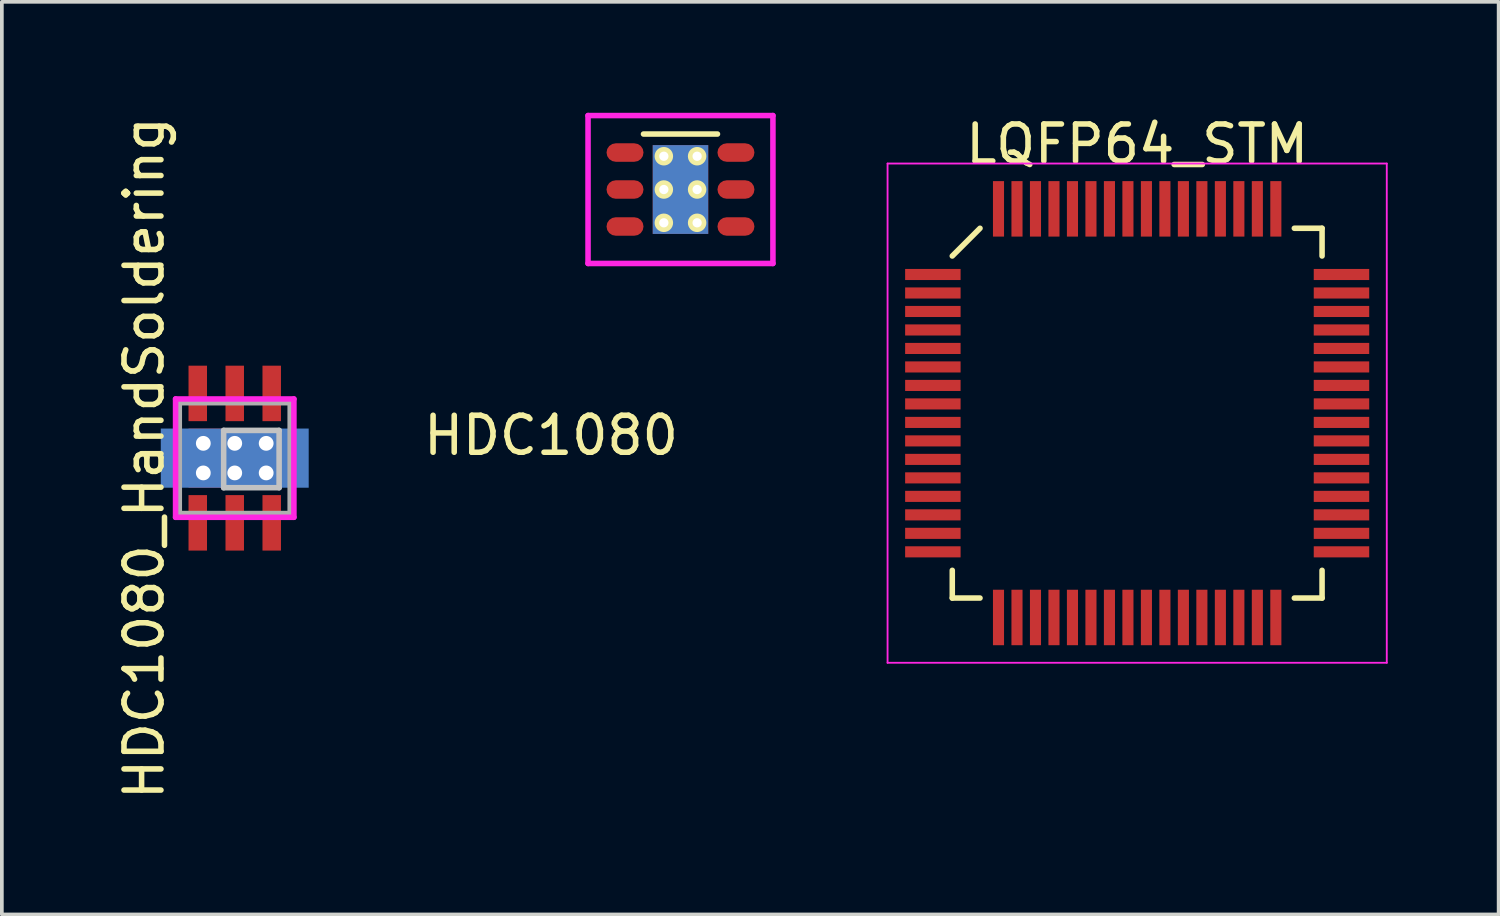
<source format=kicad_pcb>
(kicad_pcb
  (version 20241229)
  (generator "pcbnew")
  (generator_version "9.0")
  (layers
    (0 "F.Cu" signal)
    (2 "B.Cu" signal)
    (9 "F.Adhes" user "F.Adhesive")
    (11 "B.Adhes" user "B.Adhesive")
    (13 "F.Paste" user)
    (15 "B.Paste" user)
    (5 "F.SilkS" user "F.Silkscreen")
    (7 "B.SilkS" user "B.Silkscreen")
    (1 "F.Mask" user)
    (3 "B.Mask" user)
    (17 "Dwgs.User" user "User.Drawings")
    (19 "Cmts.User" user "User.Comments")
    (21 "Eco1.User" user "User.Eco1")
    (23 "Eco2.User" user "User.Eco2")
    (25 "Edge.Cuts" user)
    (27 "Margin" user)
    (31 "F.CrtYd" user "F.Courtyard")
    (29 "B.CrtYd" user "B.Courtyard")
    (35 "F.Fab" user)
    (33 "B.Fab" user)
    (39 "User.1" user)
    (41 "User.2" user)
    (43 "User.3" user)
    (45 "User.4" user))
  (footprint "HDC1080"
    (layer "F.Cu")
    (at 15.352 2.075)
    (property "Reference" "HDC1080" (at -3.5 6.65 0) (layer "F.SilkS") (effects (font (size 1 1) (thickness 0.15))))
    (attr through_hole)
    (fp_line (start -1 -1.5) (end 1 -1.5) (stroke (width 0.15) (type solid)) (layer "F.SilkS"))
    (fp_line (start -2.5 -2) (end 2.5 -2) (stroke (width 0.15) (type solid)) (layer "F.CrtYd"))
    (fp_line (start -2.5 2) (end -2.5 -2) (stroke (width 0.15) (type solid)) (layer "F.CrtYd"))
    (fp_line (start 2.5 -2) (end 2.5 2) (stroke (width 0.15) (type solid)) (layer "F.CrtYd"))
    (fp_line (start 2.5 2) (end -2.5 2) (stroke (width 0.15) (type solid)) (layer "F.CrtYd"))
    (pad "" thru_hole circle (at -0.45 -0.9) (size 0.5 0.5) (drill 0.25) (layers "*.Cu" "*.Mask" "F.SilkS"))
    (pad "" thru_hole circle (at -0.45 0) (size 0.5 0.5) (drill 0.25) (layers "*.Cu" "*.Mask" "F.SilkS"))
    (pad "" thru_hole circle (at -0.45 0.9) (size 0.5 0.5) (drill 0.25) (layers "*.Cu" "*.Mask" "F.SilkS"))
    (pad "" smd trapezoid (at 0 0) (size 1.5 2.4) (layers "F.Cu" "F.Mask" "F.Paste"))
    (pad "" smd trapezoid (at 0 0) (size 1.5 2.4) (layers "B.Cu" "B.Mask"))
    (pad "" thru_hole circle (at 0.45 -0.9) (size 0.5 0.5) (drill 0.25) (layers "*.Cu" "*.Mask" "F.SilkS"))
    (pad "" thru_hole circle (at 0.45 0) (size 0.5 0.5) (drill 0.25) (layers "*.Cu" "*.Mask" "F.SilkS"))
    (pad "" thru_hole circle (at 0.45 0.9) (size 0.5 0.5) (drill 0.25) (layers "*.Cu" "*.Mask" "F.SilkS"))
    (pad "1" smd roundrect (at -1.5 -1) (size 1 0.5) (layers "F.Cu" "F.Mask" "F.Paste") (roundrect_rratio 0.5))
    (pad "1" smd roundrect (at -1.5 1) (size 1 0.5) (layers "F.Cu" "F.Mask" "F.Paste") (roundrect_rratio 0.5))
    (pad "2" smd roundrect (at -1.5 0) (size 1 0.5) (layers "F.Cu" "F.Mask" "F.Paste") (roundrect_rratio 0.5))
    (pad "4" smd roundrect (at 1.5 1) (size 1 0.5) (layers "F.Cu" "F.Mask" "F.Paste") (roundrect_rratio 0.5))
    (pad "5" smd roundrect (at 1.5 0) (size 1 0.5) (layers "F.Cu" "F.Mask" "F.Paste") (roundrect_rratio 0.5))
    (pad "6" smd roundrect (at 1.5 -1) (size 1 0.5) (layers "F.Cu" "F.Mask" "F.Paste") (roundrect_rratio 0.5)))
  (footprint "LQFP64_STM"
    (layer "F.Cu")
    (at 27.702 8.123)
    (property "Reference" "LQFP64_STM" (at 0 -7.275 0) (layer "F.SilkS") (effects (font (size 1 1) (thickness 0.15))))
    (attr smd)
    (fp_line (start -5 -4.25) (end -4.25 -5) (stroke (width 0.15) (type solid)) (layer "F.SilkS"))
    (fp_line (start -5 5) (end -5 4.25) (stroke (width 0.15) (type solid)) (layer "F.SilkS"))
    (fp_line (start -4.25 5) (end -5 5) (stroke (width 0.15) (type solid)) (layer "F.SilkS"))
    (fp_line (start 4.25 -5) (end 5 -5) (stroke (width 0.15) (type solid)) (layer "F.SilkS"))
    (fp_line (start 4.25 5) (end 5 5) (stroke (width 0.15) (type solid)) (layer "F.SilkS"))
    (fp_line (start 5 -5) (end 5 -4.25) (stroke (width 0.15) (type solid)) (layer "F.SilkS"))
    (fp_line (start 5 5) (end 5 4.25) (stroke (width 0.15) (type solid)) (layer "F.SilkS"))
    (fp_line (start -6.75 -6.75) (end 6.75 -6.75) (stroke (width 0.05) (type solid)) (layer "F.CrtYd"))
    (fp_line (start -6.75 6.75) (end -6.75 -6.75) (stroke (width 0.05) (type solid)) (layer "F.CrtYd"))
    (fp_line (start 6.75 -6.75) (end 6.75 6.75) (stroke (width 0.05) (type solid)) (layer "F.CrtYd"))
    (fp_line (start 6.75 6.75) (end -6.75 6.75) (stroke (width 0.05) (type solid)) (layer "F.CrtYd"))
    (pad "1" smd rect (at -5.525 -3.75 90) (size 0.3 1.5) (layers "F.Cu" "F.Mask" "F.Paste"))
    (pad "2" smd rect (at -5.525 -3.25 90) (size 0.3 1.5) (layers "F.Cu" "F.Mask" "F.Paste"))
    (pad "3" smd rect (at -5.525 -2.75 90) (size 0.3 1.5) (layers "F.Cu" "F.Mask" "F.Paste"))
    (pad "4" smd rect (at -5.525 -2.25 90) (size 0.3 1.5) (layers "F.Cu" "F.Mask" "F.Paste"))
    (pad "5" smd rect (at -5.525 -1.75 90) (size 0.3 1.5) (layers "F.Cu" "F.Mask" "F.Paste"))
    (pad "6" smd rect (at -5.525 -1.25 90) (size 0.3 1.5) (layers "F.Cu" "F.Mask" "F.Paste"))
    (pad "7" smd rect (at -5.525 -0.75 90) (size 0.3 1.5) (layers "F.Cu" "F.Mask" "F.Paste"))
    (pad "8" smd rect (at -5.525 -0.25 90) (size 0.3 1.5) (layers "F.Cu" "F.Mask" "F.Paste"))
    (pad "9" smd rect (at -5.525 0.25 90) (size 0.3 1.5) (layers "F.Cu" "F.Mask" "F.Paste"))
    (pad "10" smd rect (at -5.525 0.75 90) (size 0.3 1.5) (layers "F.Cu" "F.Mask" "F.Paste"))
    (pad "11" smd rect (at -5.525 1.25 90) (size 0.3 1.5) (layers "F.Cu" "F.Mask" "F.Paste"))
    (pad "12" smd rect (at -5.525 1.75 90) (size 0.3 1.5) (layers "F.Cu" "F.Mask" "F.Paste"))
    (pad "13" smd rect (at -5.525 2.25 90) (size 0.3 1.5) (layers "F.Cu" "F.Mask" "F.Paste"))
    (pad "14" smd rect (at -5.525 2.75 90) (size 0.3 1.5) (layers "F.Cu" "F.Mask" "F.Paste"))
    (pad "15" smd rect (at -5.525 3.25 90) (size 0.3 1.5) (layers "F.Cu" "F.Mask" "F.Paste"))
    (pad "16" smd rect (at -5.525 3.75 90) (size 0.3 1.5) (layers "F.Cu" "F.Mask" "F.Paste"))
    (pad "17" smd rect (at -3.75 5.525) (size 0.3 1.5) (layers "F.Cu" "F.Mask" "F.Paste"))
    (pad "18" smd rect (at -3.25 5.525) (size 0.3 1.5) (layers "F.Cu" "F.Mask" "F.Paste"))
    (pad "19" smd rect (at -2.75 5.525) (size 0.3 1.5) (layers "F.Cu" "F.Mask" "F.Paste"))
    (pad "20" smd rect (at -2.25 5.525) (size 0.3 1.5) (layers "F.Cu" "F.Mask" "F.Paste"))
    (pad "21" smd rect (at -1.75 5.525) (size 0.3 1.5) (layers "F.Cu" "F.Mask" "F.Paste"))
    (pad "22" smd rect (at -1.25 5.525) (size 0.3 1.5) (layers "F.Cu" "F.Mask" "F.Paste"))
    (pad "23" smd rect (at -0.75 5.525) (size 0.3 1.5) (layers "F.Cu" "F.Mask" "F.Paste"))
    (pad "24" smd rect (at -0.25 5.525) (size 0.3 1.5) (layers "F.Cu" "F.Mask" "F.Paste"))
    (pad "25" smd rect (at 0.25 5.525) (size 0.3 1.5) (layers "F.Cu" "F.Mask" "F.Paste"))
    (pad "26" smd rect (at 0.75 5.525) (size 0.3 1.5) (layers "F.Cu" "F.Mask" "F.Paste"))
    (pad "27" smd rect (at 1.25 5.525) (size 0.3 1.5) (layers "F.Cu" "F.Mask" "F.Paste"))
    (pad "28" smd rect (at 1.75 5.525) (size 0.3 1.5) (layers "F.Cu" "F.Mask" "F.Paste"))
    (pad "29" smd rect (at 2.25 5.525) (size 0.3 1.5) (layers "F.Cu" "F.Mask" "F.Paste"))
    (pad "30" smd rect (at 2.75 5.525) (size 0.3 1.5) (layers "F.Cu" "F.Mask" "F.Paste"))
    (pad "31" smd rect (at 3.25 5.525) (size 0.3 1.5) (layers "F.Cu" "F.Mask" "F.Paste"))
    (pad "32" smd rect (at 3.75 5.525) (size 0.3 1.5) (layers "F.Cu" "F.Mask" "F.Paste"))
    (pad "33" smd rect (at 5.525 3.75 90) (size 0.3 1.5) (layers "F.Cu" "F.Mask" "F.Paste"))
    (pad "34" smd rect (at 5.525 3.25 90) (size 0.3 1.5) (layers "F.Cu" "F.Mask" "F.Paste"))
    (pad "35" smd rect (at 5.525 2.75 90) (size 0.3 1.5) (layers "F.Cu" "F.Mask" "F.Paste"))
    (pad "36" smd rect (at 5.525 2.25 90) (size 0.3 1.5) (layers "F.Cu" "F.Mask" "F.Paste"))
    (pad "37" smd rect (at 5.525 1.75 90) (size 0.3 1.5) (layers "F.Cu" "F.Mask" "F.Paste"))
    (pad "38" smd rect (at 5.525 1.25 90) (size 0.3 1.5) (layers "F.Cu" "F.Mask" "F.Paste"))
    (pad "39" smd rect (at 5.525 0.75 90) (size 0.3 1.5) (layers "F.Cu" "F.Mask" "F.Paste"))
    (pad "40" smd rect (at 5.525 0.25 90) (size 0.3 1.5) (layers "F.Cu" "F.Mask" "F.Paste"))
    (pad "41" smd rect (at 5.525 -0.25 90) (size 0.3 1.5) (layers "F.Cu" "F.Mask" "F.Paste"))
    (pad "42" smd rect (at 5.525 -0.75 90) (size 0.3 1.5) (layers "F.Cu" "F.Mask" "F.Paste"))
    (pad "43" smd rect (at 5.525 -1.25 90) (size 0.3 1.5) (layers "F.Cu" "F.Mask" "F.Paste"))
    (pad "44" smd rect (at 5.525 -1.75 90) (size 0.3 1.5) (layers "F.Cu" "F.Mask" "F.Paste"))
    (pad "45" smd rect (at 5.525 -2.25 90) (size 0.3 1.5) (layers "F.Cu" "F.Mask" "F.Paste"))
    (pad "46" smd rect (at 5.525 -2.75 90) (size 0.3 1.5) (layers "F.Cu" "F.Mask" "F.Paste"))
    (pad "47" smd rect (at 5.525 -3.25 90) (size 0.3 1.5) (layers "F.Cu" "F.Mask" "F.Paste"))
    (pad "48" smd rect (at 5.525 -3.75 90) (size 0.3 1.5) (layers "F.Cu" "F.Mask" "F.Paste"))
    (pad "49" smd rect (at 3.75 -5.525) (size 0.3 1.5) (layers "F.Cu" "F.Mask" "F.Paste"))
    (pad "50" smd rect (at 3.25 -5.525) (size 0.3 1.5) (layers "F.Cu" "F.Mask" "F.Paste"))
    (pad "51" smd rect (at 2.75 -5.525) (size 0.3 1.5) (layers "F.Cu" "F.Mask" "F.Paste"))
    (pad "52" smd rect (at 2.25 -5.525) (size 0.3 1.5) (layers "F.Cu" "F.Mask" "F.Paste"))
    (pad "53" smd rect (at 1.75 -5.525) (size 0.3 1.5) (layers "F.Cu" "F.Mask" "F.Paste"))
    (pad "54" smd rect (at 1.25 -5.525) (size 0.3 1.5) (layers "F.Cu" "F.Mask" "F.Paste"))
    (pad "55" smd rect (at 0.75 -5.525) (size 0.3 1.5) (layers "F.Cu" "F.Mask" "F.Paste"))
    (pad "56" smd rect (at 0.25 -5.525) (size 0.3 1.5) (layers "F.Cu" "F.Mask" "F.Paste"))
    (pad "57" smd rect (at -0.25 -5.525) (size 0.3 1.5) (layers "F.Cu" "F.Mask" "F.Paste"))
    (pad "58" smd rect (at -0.75 -5.525) (size 0.3 1.5) (layers "F.Cu" "F.Mask" "F.Paste"))
    (pad "59" smd rect (at -1.25 -5.525) (size 0.3 1.5) (layers "F.Cu" "F.Mask" "F.Paste"))
    (pad "60" smd rect (at -1.75 -5.525) (size 0.3 1.5) (layers "F.Cu" "F.Mask" "F.Paste"))
    (pad "61" smd rect (at -2.25 -5.525) (size 0.3 1.5) (layers "F.Cu" "F.Mask" "F.Paste"))
    (pad "62" smd rect (at -2.75 -5.525) (size 0.3 1.5) (layers "F.Cu" "F.Mask" "F.Paste"))
    (pad "63" smd rect (at -3.25 -5.525) (size 0.3 1.5) (layers "F.Cu" "F.Mask" "F.Paste"))
    (pad "64" smd rect (at -3.75 -5.525) (size 0.3 1.5) (layers "F.Cu" "F.Mask" "F.Paste")))
  (footprint "HDC1080_HandSoldering"
    (layer "F.Cu")
    (at 3.298 9.339)
    (property "Reference" "HDC1080_HandSoldering" (at -2.45 0 90) (layer "F.SilkS") (effects (font (size 1 1) (thickness 0.15))))
    (attr through_hole)
    (fp_line (start -0.3 -0.75) (end 1.2 -0.75) (stroke (width 0.15) (type solid)) (layer "Dwgs.User"))
    (fp_line (start -0.3 0.8) (end -0.3 -0.75) (stroke (width 0.15) (type solid)) (layer "Dwgs.User"))
    (fp_line (start 1.2 -0.75) (end 1.2 0.8) (stroke (width 0.15) (type solid)) (layer "Dwgs.User"))
    (fp_line (start 1.2 0.8) (end -0.3 0.8) (stroke (width 0.15) (type solid)) (layer "Dwgs.User"))
    (fp_line (start -1.6 -1.6) (end 1.6 -1.6) (stroke (width 0.15) (type solid)) (layer "F.CrtYd"))
    (fp_line (start -1.6 1.6) (end -1.6 -1.6) (stroke (width 0.15) (type solid)) (layer "F.CrtYd"))
    (fp_line (start 1.6 -1.6) (end 1.6 1.6) (stroke (width 0.15) (type solid)) (layer "F.CrtYd"))
    (fp_line (start 1.6 1.6) (end -1.6 1.6) (stroke (width 0.15) (type solid)) (layer "F.CrtYd"))
    (fp_line (start -1.5 -1.5) (end 1.5 -1.5) (stroke (width 0.15) (type solid)) (layer "F.Fab"))
    (fp_line (start -1.5 1.5) (end -1.5 -1.5) (stroke (width 0.15) (type solid)) (layer "F.Fab"))
    (fp_line (start 1.5 -1.5) (end 1.5 1.5) (stroke (width 0.15) (type solid)) (layer "F.Fab"))
    (fp_line (start 1.5 1.5) (end -1.5 1.5) (stroke (width 0.15) (type solid)) (layer "F.Fab"))
    (pad "" thru_hole circle (at -0.85 -0.4) (size 0.6 0.6) (drill 0.4) (layers "*.Cu" "*.Mask"))
    (pad "" thru_hole circle (at -0.85 0.4) (size 0.6 0.6) (drill 0.4) (layers "*.Cu" "*.Mask"))
    (pad "" thru_hole circle (at 0 -0.4 90) (size 0.6 0.6) (drill 0.4) (layers "*.Cu" "*.Mask"))
    (pad "" smd rect (at 0 0) (size 2.5 1.6) (layers "F.Cu" "F.Mask" "F.Paste"))
    (pad "" smd rect (at 0 0) (size 4 1.6) (layers "B.Cu" "B.Mask"))
    (pad "" thru_hole circle (at 0 0.4) (size 0.6 0.6) (drill 0.4) (layers "*.Cu" "*.Mask"))
    (pad "" thru_hole circle (at 0.85 -0.4) (size 0.6 0.6) (drill 0.4) (layers "*.Cu" "*.Mask"))
    (pad "" thru_hole circle (at 0.85 0.4) (size 0.6 0.6) (drill 0.4) (layers "*.Cu" "*.Mask"))
    (pad "1" smd rect (at -1 1.75) (size 0.5 1.5) (layers "F.Cu" "F.Mask" "F.Paste"))
    (pad "2" smd rect (at 0 1.75) (size 0.5 1.5) (layers "F.Cu" "F.Mask" "F.Paste"))
    (pad "3" smd rect (at 1 1.75) (size 0.5 1.5) (layers "F.Cu" "F.Mask" "F.Paste"))
    (pad "4" smd rect (at 1 -1.75) (size 0.5 1.5) (layers "F.Cu" "F.Mask" "F.Paste"))
    (pad "5" smd rect (at 0 -1.75) (size 0.5 1.5) (layers "F.Cu" "F.Mask" "F.Paste"))
    (pad "6" smd rect (at -1 -1.75) (size 0.5 1.5) (layers "F.Cu" "F.Mask" "F.Paste")))
  (gr_rect
    (start -3 -3)
    (end 37.477 21.679)
    (stroke (width 0.1) (type default))
    (fill no)
    (layer "Edge.Cuts")))
</source>
